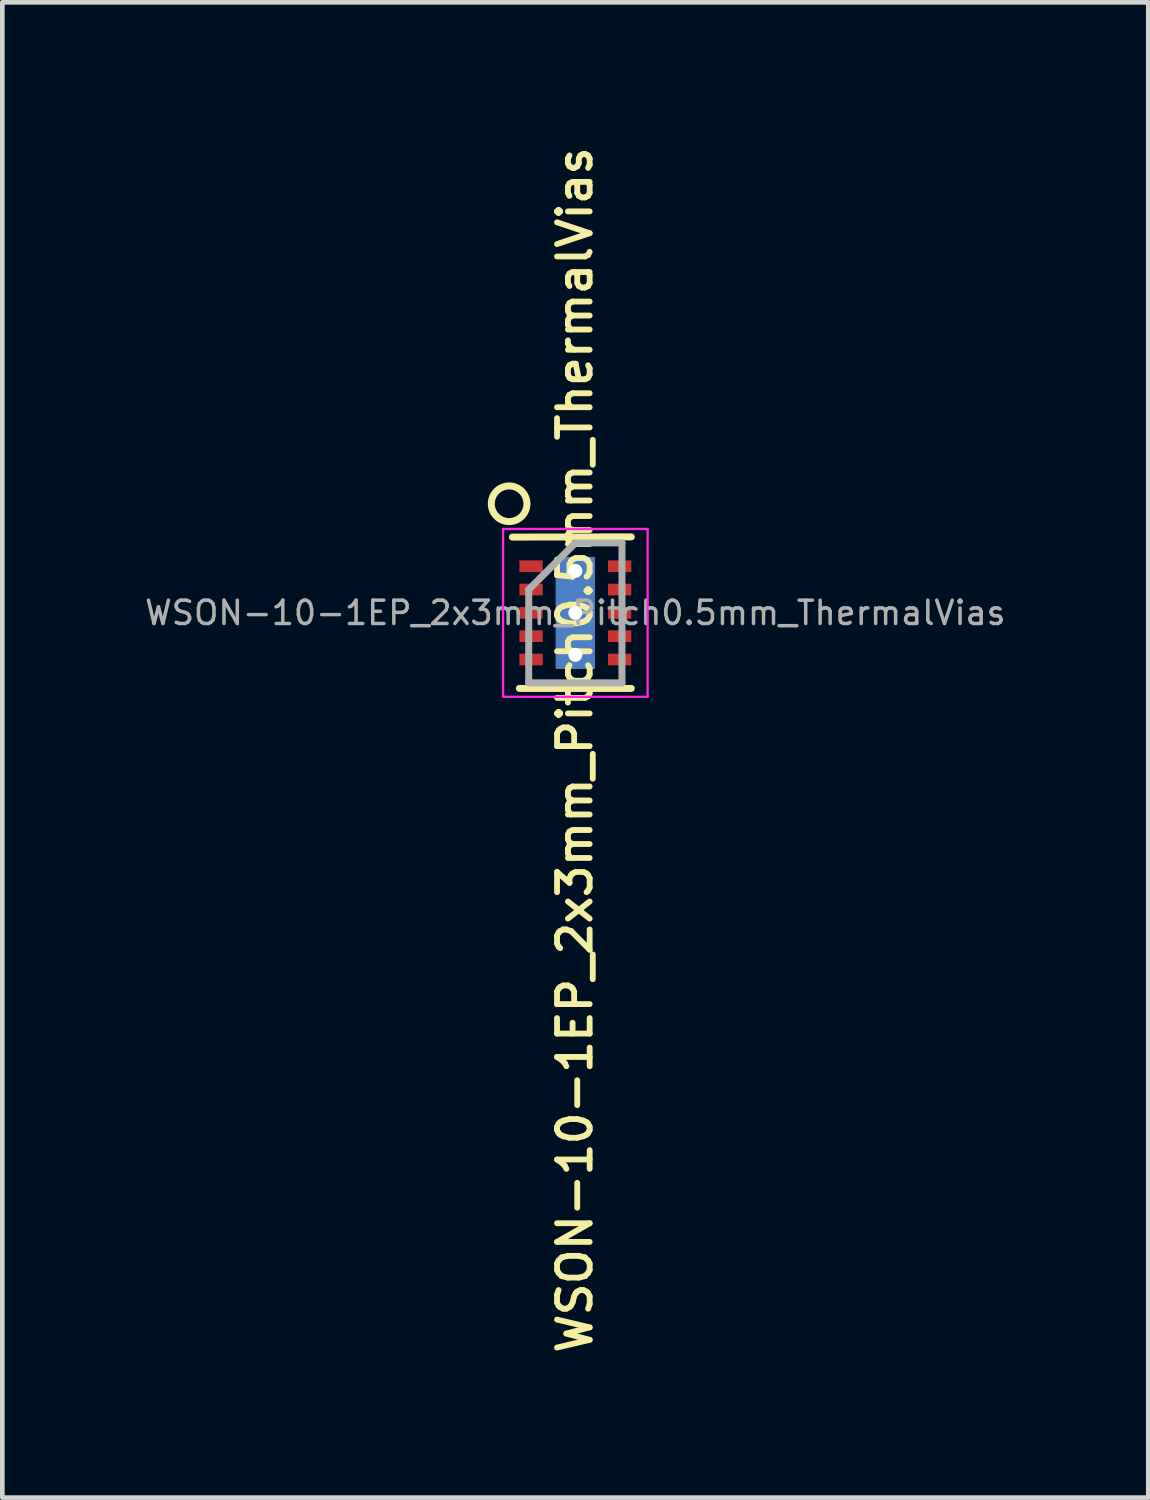
<source format=kicad_pcb>
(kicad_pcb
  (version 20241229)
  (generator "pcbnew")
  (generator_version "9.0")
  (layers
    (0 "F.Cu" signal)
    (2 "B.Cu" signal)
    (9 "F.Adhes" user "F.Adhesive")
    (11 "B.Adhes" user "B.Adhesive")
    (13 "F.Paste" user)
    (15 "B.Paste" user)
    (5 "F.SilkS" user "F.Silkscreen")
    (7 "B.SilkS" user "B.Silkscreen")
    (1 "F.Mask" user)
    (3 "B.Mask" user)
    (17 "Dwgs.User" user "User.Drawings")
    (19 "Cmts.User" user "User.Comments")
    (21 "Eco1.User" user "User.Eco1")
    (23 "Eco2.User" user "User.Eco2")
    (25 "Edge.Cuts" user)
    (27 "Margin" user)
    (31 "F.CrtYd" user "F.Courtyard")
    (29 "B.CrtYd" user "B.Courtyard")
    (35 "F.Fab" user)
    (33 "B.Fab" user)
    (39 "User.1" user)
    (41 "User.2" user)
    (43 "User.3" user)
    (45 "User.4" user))
  (footprint "WSON-10-1EP_2x3mm_Pitch0.5mm_ThermalVias"
    (layer "F.Cu")
    (at 9.289 10.094)
    (property "Reference" "WSON-10-1EP_2x3mm_Pitch0.5mm_ThermalVias" (at -0.01 2.94 90) (layer "F.SilkS") (effects (font (size 0.7 0.7) (thickness 0.125))))
    (attr smd)
    (fp_line (start -1.35 -1.625) (end 1.2 -1.63) (stroke (width 0.15) (type solid)) (layer "F.SilkS"))
    (fp_line (start -1.2 1.62) (end 1.2 1.62) (stroke (width 0.15) (type solid)) (layer "F.SilkS"))
    (fp_circle (center -1.42 -2.34) (end -1.14 -2.08) (stroke (width 0.15) (type solid)) (fill no) (layer "F.SilkS"))
    (fp_line (start -1.55 -1.8) (end -1.55 1.8) (stroke (width 0.05) (type solid)) (layer "F.CrtYd"))
    (fp_line (start -1.55 -1.8) (end 1.55 -1.8) (stroke (width 0.05) (type solid)) (layer "F.CrtYd"))
    (fp_line (start -1.55 1.8) (end 1.55 1.8) (stroke (width 0.05) (type solid)) (layer "F.CrtYd"))
    (fp_line (start 1.55 -1.8) (end 1.55 1.8) (stroke (width 0.05) (type solid)) (layer "F.CrtYd"))
    (fp_line (start -1 -0.5) (end 0 -1.5) (stroke (width 0.15) (type solid)) (layer "F.Fab"))
    (fp_line (start -1 1.5) (end -1 -0.5) (stroke (width 0.15) (type solid)) (layer "F.Fab"))
    (fp_line (start 0 -1.5) (end 1 -1.5) (stroke (width 0.15) (type solid)) (layer "F.Fab"))
    (fp_line (start 1 -1.5) (end 1 1.5) (stroke (width 0.15) (type solid)) (layer "F.Fab"))
    (fp_line (start 1 1.5) (end -1 1.5) (stroke (width 0.15) (type solid)) (layer "F.Fab"))
    (fp_text user "${REFERENCE}" (at 0 0 0) (layer "F.Fab") (effects (font (size 0.5 0.5) (thickness 0.075))))
    (pad "1" smd rect (at -0.95 -1) (size 0.5 0.25) (layers "F.Cu" "F.Mask" "F.Paste"))
    (pad "2" smd rect (at -0.95 -0.5) (size 0.5 0.25) (layers "F.Cu" "F.Mask" "F.Paste"))
    (pad "3" smd rect (at -0.95 0) (size 0.5 0.25) (layers "F.Cu" "F.Mask" "F.Paste"))
    (pad "4" smd rect (at -0.95 0.5) (size 0.5 0.25) (layers "F.Cu" "F.Mask" "F.Paste"))
    (pad "5" smd rect (at -0.95 1) (size 0.5 0.25) (layers "F.Cu" "F.Mask" "F.Paste"))
    (pad "6" smd rect (at 0.95 1) (size 0.5 0.25) (layers "F.Cu" "F.Mask" "F.Paste"))
    (pad "7" smd rect (at 0.95 0.5) (size 0.5 0.25) (layers "F.Cu" "F.Mask" "F.Paste"))
    (pad "8" smd rect (at 0.95 0) (size 0.5 0.25) (layers "F.Cu" "F.Mask" "F.Paste"))
    (pad "9" smd rect (at 0.95 -0.5) (size 0.5 0.25) (layers "F.Cu" "F.Mask" "F.Paste"))
    (pad "10" smd rect (at 0.95 -1) (size 0.5 0.25) (layers "F.Cu" "F.Mask" "F.Paste"))
    (pad "11" thru_hole circle (at 0 -0.9) (size 0.6 0.6) (drill 0.3) (layers "*.Cu"))
    (pad "11" smd rect (at 0 -0.6) (size 0.84 1.2) (layers "F.Cu" "F.Mask" "F.Paste"))
    (pad "11" thru_hole circle (at 0 0) (size 0.6 0.6) (drill 0.3) (layers "*.Cu"))
    (pad "11" smd rect (at 0 0) (size 0.84 2.4) (layers "B.Cu"))
    (pad "11" smd rect (at 0 0.6) (size 0.84 1.2) (layers "F.Cu" "F.Mask" "F.Paste"))
    (pad "11" thru_hole circle (at 0 0.9) (size 0.6 0.6) (drill 0.3) (layers "*.Cu")))
  (gr_rect
    (start -3 -3)
    (end 21.577 29.068)
    (stroke (width 0.1) (type default))
    (fill no)
    (layer "Edge.Cuts")))
</source>
